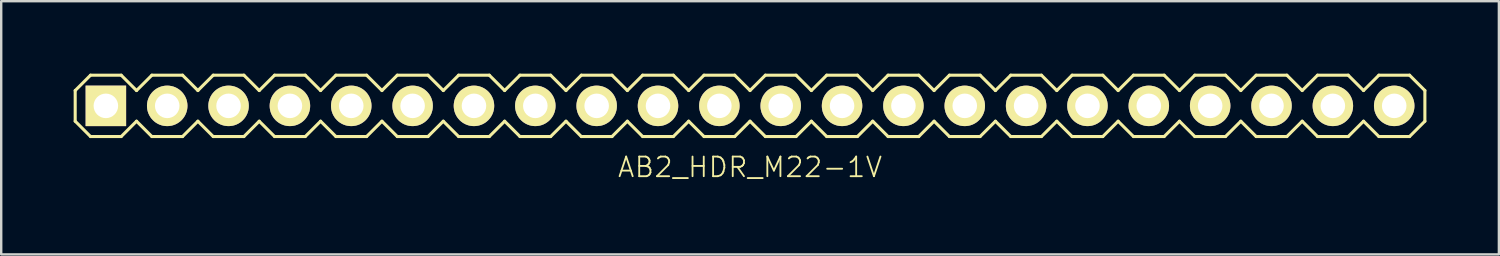
<source format=kicad_pcb>
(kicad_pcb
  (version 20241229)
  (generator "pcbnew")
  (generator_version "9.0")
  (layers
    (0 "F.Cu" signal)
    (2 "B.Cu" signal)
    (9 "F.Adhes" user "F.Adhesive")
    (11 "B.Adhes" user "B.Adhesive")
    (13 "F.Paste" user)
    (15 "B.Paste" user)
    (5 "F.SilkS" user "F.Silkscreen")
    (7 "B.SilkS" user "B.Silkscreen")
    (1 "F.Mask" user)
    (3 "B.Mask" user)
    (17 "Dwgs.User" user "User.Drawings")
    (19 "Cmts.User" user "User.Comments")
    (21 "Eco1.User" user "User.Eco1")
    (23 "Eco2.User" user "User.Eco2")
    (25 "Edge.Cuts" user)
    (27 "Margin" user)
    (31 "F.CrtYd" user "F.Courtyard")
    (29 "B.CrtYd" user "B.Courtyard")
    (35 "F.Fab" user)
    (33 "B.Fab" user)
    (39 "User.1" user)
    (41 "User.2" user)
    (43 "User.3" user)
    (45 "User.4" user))
  (footprint "AB2_HDR_M22-1V"
    (layer "F.Cu")
    (at 28.003 1.333)
    (property "Reference" "AB2_HDR_M22-1V" (at 0 2.54 0) (layer "F.SilkS") (effects (font (size 0.813 0.813) (thickness 0.076))))
    (attr through_hole)
    (fp_line (start -27.94 -0.635) (end -27.305 -1.27) (stroke (width 0.127) (type solid)) (layer "F.SilkS"))
    (fp_line (start -27.94 0.635) (end -27.94 -0.635) (stroke (width 0.127) (type solid)) (layer "F.SilkS"))
    (fp_line (start -27.305 -1.27) (end -26.035 -1.27) (stroke (width 0.127) (type solid)) (layer "F.SilkS"))
    (fp_line (start -27.305 1.27) (end -27.94 0.635) (stroke (width 0.127) (type solid)) (layer "F.SilkS"))
    (fp_line (start -26.035 -1.27) (end -25.4 -0.635) (stroke (width 0.127) (type solid)) (layer "F.SilkS"))
    (fp_line (start -26.035 1.27) (end -27.305 1.27) (stroke (width 0.127) (type solid)) (layer "F.SilkS"))
    (fp_line (start -25.4 -0.635) (end -24.765 -1.27) (stroke (width 0.127) (type solid)) (layer "F.SilkS"))
    (fp_line (start -25.4 0.635) (end -26.035 1.27) (stroke (width 0.127) (type solid)) (layer "F.SilkS"))
    (fp_line (start -24.765 -1.27) (end -23.495 -1.27) (stroke (width 0.127) (type solid)) (layer "F.SilkS"))
    (fp_line (start -24.765 1.27) (end -25.4 0.635) (stroke (width 0.127) (type solid)) (layer "F.SilkS"))
    (fp_line (start -23.495 -1.27) (end -22.86 -0.635) (stroke (width 0.127) (type solid)) (layer "F.SilkS"))
    (fp_line (start -23.495 1.27) (end -24.765 1.27) (stroke (width 0.127) (type solid)) (layer "F.SilkS"))
    (fp_line (start -22.86 -0.635) (end -22.225 -1.27) (stroke (width 0.127) (type solid)) (layer "F.SilkS"))
    (fp_line (start -22.86 0.635) (end -23.495 1.27) (stroke (width 0.127) (type solid)) (layer "F.SilkS"))
    (fp_line (start -22.225 -1.27) (end -20.955 -1.27) (stroke (width 0.127) (type solid)) (layer "F.SilkS"))
    (fp_line (start -22.225 1.27) (end -22.86 0.635) (stroke (width 0.127) (type solid)) (layer "F.SilkS"))
    (fp_line (start -20.955 -1.27) (end -20.32 -0.635) (stroke (width 0.127) (type solid)) (layer "F.SilkS"))
    (fp_line (start -20.955 1.27) (end -22.225 1.27) (stroke (width 0.127) (type solid)) (layer "F.SilkS"))
    (fp_line (start -20.32 -0.635) (end -19.685 -1.27) (stroke (width 0.127) (type solid)) (layer "F.SilkS"))
    (fp_line (start -20.32 0.635) (end -20.955 1.27) (stroke (width 0.127) (type solid)) (layer "F.SilkS"))
    (fp_line (start -19.685 -1.27) (end -18.415 -1.27) (stroke (width 0.127) (type solid)) (layer "F.SilkS"))
    (fp_line (start -19.685 1.27) (end -20.32 0.635) (stroke (width 0.127) (type solid)) (layer "F.SilkS"))
    (fp_line (start -18.415 -1.27) (end -17.78 -0.635) (stroke (width 0.127) (type solid)) (layer "F.SilkS"))
    (fp_line (start -18.415 1.27) (end -19.685 1.27) (stroke (width 0.127) (type solid)) (layer "F.SilkS"))
    (fp_line (start -17.78 -0.635) (end -17.145 -1.27) (stroke (width 0.127) (type solid)) (layer "F.SilkS"))
    (fp_line (start -17.78 0.635) (end -18.415 1.27) (stroke (width 0.127) (type solid)) (layer "F.SilkS"))
    (fp_line (start -17.145 -1.27) (end -15.875 -1.27) (stroke (width 0.127) (type solid)) (layer "F.SilkS"))
    (fp_line (start -17.145 1.27) (end -17.78 0.635) (stroke (width 0.127) (type solid)) (layer "F.SilkS"))
    (fp_line (start -15.875 -1.27) (end -15.24 -0.635) (stroke (width 0.127) (type solid)) (layer "F.SilkS"))
    (fp_line (start -15.875 1.27) (end -17.145 1.27) (stroke (width 0.127) (type solid)) (layer "F.SilkS"))
    (fp_line (start -15.24 -0.635) (end -14.605 -1.27) (stroke (width 0.127) (type solid)) (layer "F.SilkS"))
    (fp_line (start -15.24 0.635) (end -15.875 1.27) (stroke (width 0.127) (type solid)) (layer "F.SilkS"))
    (fp_line (start -14.605 -1.27) (end -13.335 -1.27) (stroke (width 0.127) (type solid)) (layer "F.SilkS"))
    (fp_line (start -14.605 1.27) (end -15.24 0.635) (stroke (width 0.127) (type solid)) (layer "F.SilkS"))
    (fp_line (start -13.335 -1.27) (end -12.7 -0.635) (stroke (width 0.127) (type solid)) (layer "F.SilkS"))
    (fp_line (start -13.335 1.27) (end -14.605 1.27) (stroke (width 0.127) (type solid)) (layer "F.SilkS"))
    (fp_line (start -12.7 -0.635) (end -12.065 -1.27) (stroke (width 0.127) (type solid)) (layer "F.SilkS"))
    (fp_line (start -12.7 0.635) (end -13.335 1.27) (stroke (width 0.127) (type solid)) (layer "F.SilkS"))
    (fp_line (start -12.065 -1.27) (end -10.795 -1.27) (stroke (width 0.127) (type solid)) (layer "F.SilkS"))
    (fp_line (start -12.065 1.27) (end -12.7 0.635) (stroke (width 0.127) (type solid)) (layer "F.SilkS"))
    (fp_line (start -10.795 -1.27) (end -10.16 -0.635) (stroke (width 0.127) (type solid)) (layer "F.SilkS"))
    (fp_line (start -10.795 1.27) (end -12.065 1.27) (stroke (width 0.127) (type solid)) (layer "F.SilkS"))
    (fp_line (start -10.16 -0.635) (end -9.525 -1.27) (stroke (width 0.127) (type solid)) (layer "F.SilkS"))
    (fp_line (start -10.16 0.635) (end -10.795 1.27) (stroke (width 0.127) (type solid)) (layer "F.SilkS"))
    (fp_line (start -9.525 -1.27) (end -8.255 -1.27) (stroke (width 0.127) (type solid)) (layer "F.SilkS"))
    (fp_line (start -9.525 1.27) (end -10.16 0.635) (stroke (width 0.127) (type solid)) (layer "F.SilkS"))
    (fp_line (start -8.255 -1.27) (end -7.62 -0.635) (stroke (width 0.127) (type solid)) (layer "F.SilkS"))
    (fp_line (start -8.255 1.27) (end -9.525 1.27) (stroke (width 0.127) (type solid)) (layer "F.SilkS"))
    (fp_line (start -7.62 -0.635) (end -6.985 -1.27) (stroke (width 0.127) (type solid)) (layer "F.SilkS"))
    (fp_line (start -7.62 0.635) (end -8.255 1.27) (stroke (width 0.127) (type solid)) (layer "F.SilkS"))
    (fp_line (start -6.985 -1.27) (end -5.715 -1.27) (stroke (width 0.127) (type solid)) (layer "F.SilkS"))
    (fp_line (start -6.985 1.27) (end -7.62 0.635) (stroke (width 0.127) (type solid)) (layer "F.SilkS"))
    (fp_line (start -5.715 -1.27) (end -5.08 -0.635) (stroke (width 0.127) (type solid)) (layer "F.SilkS"))
    (fp_line (start -5.715 1.27) (end -6.985 1.27) (stroke (width 0.127) (type solid)) (layer "F.SilkS"))
    (fp_line (start -5.08 -0.635) (end -4.445 -1.27) (stroke (width 0.127) (type solid)) (layer "F.SilkS"))
    (fp_line (start -5.08 0.635) (end -5.715 1.27) (stroke (width 0.127) (type solid)) (layer "F.SilkS"))
    (fp_line (start -4.445 -1.27) (end -3.175 -1.27) (stroke (width 0.127) (type solid)) (layer "F.SilkS"))
    (fp_line (start -4.445 1.27) (end -5.08 0.635) (stroke (width 0.127) (type solid)) (layer "F.SilkS"))
    (fp_line (start -3.175 -1.27) (end -2.54 -0.635) (stroke (width 0.127) (type solid)) (layer "F.SilkS"))
    (fp_line (start -3.175 1.27) (end -4.445 1.27) (stroke (width 0.127) (type solid)) (layer "F.SilkS"))
    (fp_line (start -2.54 -0.635) (end -1.905 -1.27) (stroke (width 0.127) (type solid)) (layer "F.SilkS"))
    (fp_line (start -2.54 0.635) (end -3.175 1.27) (stroke (width 0.127) (type solid)) (layer "F.SilkS"))
    (fp_line (start -1.905 -1.27) (end -0.635 -1.27) (stroke (width 0.127) (type solid)) (layer "F.SilkS"))
    (fp_line (start -1.905 1.27) (end -2.54 0.635) (stroke (width 0.127) (type solid)) (layer "F.SilkS"))
    (fp_line (start -0.635 -1.27) (end 0 -0.635) (stroke (width 0.127) (type solid)) (layer "F.SilkS"))
    (fp_line (start -0.635 1.27) (end -1.905 1.27) (stroke (width 0.127) (type solid)) (layer "F.SilkS"))
    (fp_line (start 0 -0.635) (end 0.635 -1.27) (stroke (width 0.127) (type solid)) (layer "F.SilkS"))
    (fp_line (start 0 0.635) (end -0.635 1.27) (stroke (width 0.127) (type solid)) (layer "F.SilkS"))
    (fp_line (start 0.635 -1.27) (end 1.905 -1.27) (stroke (width 0.127) (type solid)) (layer "F.SilkS"))
    (fp_line (start 0.635 1.27) (end 0 0.635) (stroke (width 0.127) (type solid)) (layer "F.SilkS"))
    (fp_line (start 1.905 -1.27) (end 2.54 -0.635) (stroke (width 0.127) (type solid)) (layer "F.SilkS"))
    (fp_line (start 1.905 1.27) (end 0.635 1.27) (stroke (width 0.127) (type solid)) (layer "F.SilkS"))
    (fp_line (start 2.54 -0.635) (end 3.175 -1.27) (stroke (width 0.127) (type solid)) (layer "F.SilkS"))
    (fp_line (start 2.54 0.635) (end 1.905 1.27) (stroke (width 0.127) (type solid)) (layer "F.SilkS"))
    (fp_line (start 3.175 -1.27) (end 4.445 -1.27) (stroke (width 0.127) (type solid)) (layer "F.SilkS"))
    (fp_line (start 3.175 1.27) (end 2.54 0.635) (stroke (width 0.127) (type solid)) (layer "F.SilkS"))
    (fp_line (start 4.445 -1.27) (end 5.08 -0.635) (stroke (width 0.127) (type solid)) (layer "F.SilkS"))
    (fp_line (start 4.445 1.27) (end 3.175 1.27) (stroke (width 0.127) (type solid)) (layer "F.SilkS"))
    (fp_line (start 5.08 -0.635) (end 5.715 -1.27) (stroke (width 0.127) (type solid)) (layer "F.SilkS"))
    (fp_line (start 5.08 0.635) (end 4.445 1.27) (stroke (width 0.127) (type solid)) (layer "F.SilkS"))
    (fp_line (start 5.715 -1.27) (end 6.985 -1.27) (stroke (width 0.127) (type solid)) (layer "F.SilkS"))
    (fp_line (start 5.715 1.27) (end 5.08 0.635) (stroke (width 0.127) (type solid)) (layer "F.SilkS"))
    (fp_line (start 6.985 -1.27) (end 7.62 -0.635) (stroke (width 0.127) (type solid)) (layer "F.SilkS"))
    (fp_line (start 6.985 1.27) (end 5.715 1.27) (stroke (width 0.127) (type solid)) (layer "F.SilkS"))
    (fp_line (start 7.62 -0.635) (end 8.255 -1.27) (stroke (width 0.127) (type solid)) (layer "F.SilkS"))
    (fp_line (start 7.62 0.635) (end 6.985 1.27) (stroke (width 0.127) (type solid)) (layer "F.SilkS"))
    (fp_line (start 8.255 -1.27) (end 9.525 -1.27) (stroke (width 0.127) (type solid)) (layer "F.SilkS"))
    (fp_line (start 8.255 1.27) (end 7.62 0.635) (stroke (width 0.127) (type solid)) (layer "F.SilkS"))
    (fp_line (start 9.525 -1.27) (end 10.16 -0.635) (stroke (width 0.127) (type solid)) (layer "F.SilkS"))
    (fp_line (start 9.525 1.27) (end 8.255 1.27) (stroke (width 0.127) (type solid)) (layer "F.SilkS"))
    (fp_line (start 10.16 -0.635) (end 10.795 -1.27) (stroke (width 0.127) (type solid)) (layer "F.SilkS"))
    (fp_line (start 10.16 0.635) (end 9.525 1.27) (stroke (width 0.127) (type solid)) (layer "F.SilkS"))
    (fp_line (start 10.795 -1.27) (end 12.065 -1.27) (stroke (width 0.127) (type solid)) (layer "F.SilkS"))
    (fp_line (start 10.795 1.27) (end 10.16 0.635) (stroke (width 0.127) (type solid)) (layer "F.SilkS"))
    (fp_line (start 12.065 -1.27) (end 12.7 -0.635) (stroke (width 0.127) (type solid)) (layer "F.SilkS"))
    (fp_line (start 12.065 1.27) (end 10.795 1.27) (stroke (width 0.127) (type solid)) (layer "F.SilkS"))
    (fp_line (start 12.7 -0.635) (end 13.335 -1.27) (stroke (width 0.127) (type solid)) (layer "F.SilkS"))
    (fp_line (start 12.7 0.635) (end 12.065 1.27) (stroke (width 0.127) (type solid)) (layer "F.SilkS"))
    (fp_line (start 13.335 -1.27) (end 14.605 -1.27) (stroke (width 0.127) (type solid)) (layer "F.SilkS"))
    (fp_line (start 13.335 1.27) (end 12.7 0.635) (stroke (width 0.127) (type solid)) (layer "F.SilkS"))
    (fp_line (start 14.605 -1.27) (end 15.24 -0.635) (stroke (width 0.127) (type solid)) (layer "F.SilkS"))
    (fp_line (start 14.605 1.27) (end 13.335 1.27) (stroke (width 0.127) (type solid)) (layer "F.SilkS"))
    (fp_line (start 15.24 -0.635) (end 15.875 -1.27) (stroke (width 0.127) (type solid)) (layer "F.SilkS"))
    (fp_line (start 15.24 0.635) (end 14.605 1.27) (stroke (width 0.127) (type solid)) (layer "F.SilkS"))
    (fp_line (start 15.875 -1.27) (end 17.145 -1.27) (stroke (width 0.127) (type solid)) (layer "F.SilkS"))
    (fp_line (start 15.875 1.27) (end 15.24 0.635) (stroke (width 0.127) (type solid)) (layer "F.SilkS"))
    (fp_line (start 17.145 -1.27) (end 17.78 -0.635) (stroke (width 0.127) (type solid)) (layer "F.SilkS"))
    (fp_line (start 17.145 1.27) (end 15.875 1.27) (stroke (width 0.127) (type solid)) (layer "F.SilkS"))
    (fp_line (start 17.78 -0.635) (end 18.415 -1.27) (stroke (width 0.127) (type solid)) (layer "F.SilkS"))
    (fp_line (start 17.78 0.635) (end 17.145 1.27) (stroke (width 0.127) (type solid)) (layer "F.SilkS"))
    (fp_line (start 18.415 -1.27) (end 19.685 -1.27) (stroke (width 0.127) (type solid)) (layer "F.SilkS"))
    (fp_line (start 18.415 1.27) (end 17.78 0.635) (stroke (width 0.127) (type solid)) (layer "F.SilkS"))
    (fp_line (start 19.685 -1.27) (end 20.32 -0.635) (stroke (width 0.127) (type solid)) (layer "F.SilkS"))
    (fp_line (start 19.685 1.27) (end 18.415 1.27) (stroke (width 0.127) (type solid)) (layer "F.SilkS"))
    (fp_line (start 20.32 -0.635) (end 20.955 -1.27) (stroke (width 0.127) (type solid)) (layer "F.SilkS"))
    (fp_line (start 20.32 0.635) (end 19.685 1.27) (stroke (width 0.127) (type solid)) (layer "F.SilkS"))
    (fp_line (start 20.955 -1.27) (end 22.225 -1.27) (stroke (width 0.127) (type solid)) (layer "F.SilkS"))
    (fp_line (start 20.955 1.27) (end 20.32 0.635) (stroke (width 0.127) (type solid)) (layer "F.SilkS"))
    (fp_line (start 22.225 -1.27) (end 22.86 -0.635) (stroke (width 0.127) (type solid)) (layer "F.SilkS"))
    (fp_line (start 22.225 1.27) (end 20.955 1.27) (stroke (width 0.127) (type solid)) (layer "F.SilkS"))
    (fp_line (start 22.86 -0.635) (end 23.495 -1.27) (stroke (width 0.127) (type solid)) (layer "F.SilkS"))
    (fp_line (start 22.86 0.635) (end 22.225 1.27) (stroke (width 0.127) (type solid)) (layer "F.SilkS"))
    (fp_line (start 23.495 -1.27) (end 24.765 -1.27) (stroke (width 0.127) (type solid)) (layer "F.SilkS"))
    (fp_line (start 23.495 1.27) (end 22.86 0.635) (stroke (width 0.127) (type solid)) (layer "F.SilkS"))
    (fp_line (start 24.765 -1.27) (end 25.4 -0.635) (stroke (width 0.127) (type solid)) (layer "F.SilkS"))
    (fp_line (start 24.765 1.27) (end 23.495 1.27) (stroke (width 0.127) (type solid)) (layer "F.SilkS"))
    (fp_line (start 25.4 -0.635) (end 26.035 -1.27) (stroke (width 0.127) (type solid)) (layer "F.SilkS"))
    (fp_line (start 25.4 0.635) (end 24.765 1.27) (stroke (width 0.127) (type solid)) (layer "F.SilkS"))
    (fp_line (start 26.035 -1.27) (end 27.305 -1.27) (stroke (width 0.127) (type solid)) (layer "F.SilkS"))
    (fp_line (start 26.035 1.27) (end 25.4 0.635) (stroke (width 0.127) (type solid)) (layer "F.SilkS"))
    (fp_line (start 27.305 -1.27) (end 27.94 -0.635) (stroke (width 0.127) (type solid)) (layer "F.SilkS"))
    (fp_line (start 27.305 1.27) (end 26.035 1.27) (stroke (width 0.127) (type solid)) (layer "F.SilkS"))
    (fp_line (start 27.94 -0.635) (end 27.94 0.635) (stroke (width 0.127) (type solid)) (layer "F.SilkS"))
    (fp_line (start 27.94 0.635) (end 27.305 1.27) (stroke (width 0.127) (type solid)) (layer "F.SilkS"))
    (pad "1" thru_hole rect (at -26.67 0) (size 1.676 1.676) (drill 1.016) (layers "*.Cu" "*.Mask" "F.SilkS"))
    (pad "2" thru_hole circle (at -24.13 0) (size 1.676 1.676) (drill 1.016) (layers "*.Cu" "*.Mask" "F.SilkS"))
    (pad "3" thru_hole circle (at -21.59 0) (size 1.676 1.676) (drill 1.016) (layers "*.Cu" "*.Mask" "F.SilkS"))
    (pad "4" thru_hole circle (at -19.05 0) (size 1.676 1.676) (drill 1.016) (layers "*.Cu" "*.Mask" "F.SilkS"))
    (pad "5" thru_hole circle (at -16.51 0) (size 1.676 1.676) (drill 1.016) (layers "*.Cu" "*.Mask" "F.SilkS"))
    (pad "6" thru_hole circle (at -13.97 0) (size 1.676 1.676) (drill 1.016) (layers "*.Cu" "*.Mask" "F.SilkS"))
    (pad "7" thru_hole circle (at -11.43 0) (size 1.676 1.676) (drill 1.016) (layers "*.Cu" "*.Mask" "F.SilkS"))
    (pad "8" thru_hole circle (at -8.89 0) (size 1.676 1.676) (drill 1.016) (layers "*.Cu" "*.Mask" "F.SilkS"))
    (pad "9" thru_hole circle (at -6.35 0) (size 1.676 1.676) (drill 1.016) (layers "*.Cu" "*.Mask" "F.SilkS"))
    (pad "10" thru_hole circle (at -3.81 0) (size 1.676 1.676) (drill 1.016) (layers "*.Cu" "*.Mask" "F.SilkS"))
    (pad "11" thru_hole circle (at -1.27 0) (size 1.676 1.676) (drill 1.016) (layers "*.Cu" "*.Mask" "F.SilkS"))
    (pad "12" thru_hole circle (at 1.27 0) (size 1.676 1.676) (drill 1.016) (layers "*.Cu" "*.Mask" "F.SilkS"))
    (pad "13" thru_hole circle (at 3.81 0) (size 1.676 1.676) (drill 1.016) (layers "*.Cu" "*.Mask" "F.SilkS"))
    (pad "14" thru_hole circle (at 6.35 0) (size 1.676 1.676) (drill 1.016) (layers "*.Cu" "*.Mask" "F.SilkS"))
    (pad "15" thru_hole circle (at 8.89 0) (size 1.676 1.676) (drill 1.016) (layers "*.Cu" "*.Mask" "F.SilkS"))
    (pad "16" thru_hole circle (at 11.43 0) (size 1.676 1.676) (drill 1.016) (layers "*.Cu" "*.Mask" "F.SilkS"))
    (pad "17" thru_hole circle (at 13.97 0) (size 1.676 1.676) (drill 1.016) (layers "*.Cu" "*.Mask" "F.SilkS"))
    (pad "18" thru_hole circle (at 16.51 0) (size 1.676 1.676) (drill 1.016) (layers "*.Cu" "*.Mask" "F.SilkS"))
    (pad "19" thru_hole circle (at 19.05 0) (size 1.676 1.676) (drill 1.016) (layers "*.Cu" "*.Mask" "F.SilkS"))
    (pad "20" thru_hole circle (at 21.59 0) (size 1.676 1.676) (drill 1.016) (layers "*.Cu" "*.Mask" "F.SilkS"))
    (pad "21" thru_hole circle (at 24.13 0) (size 1.676 1.676) (drill 1.016) (layers "*.Cu" "*.Mask" "F.SilkS"))
    (pad "22" thru_hole circle (at 26.67 0) (size 1.676 1.676) (drill 1.016) (layers "*.Cu" "*.Mask" "F.SilkS")))
  (gr_rect
    (start -3 -3)
    (end 59.007 7.483)
    (stroke (width 0.1) (type default))
    (fill no)
    (layer "Edge.Cuts")))
</source>
